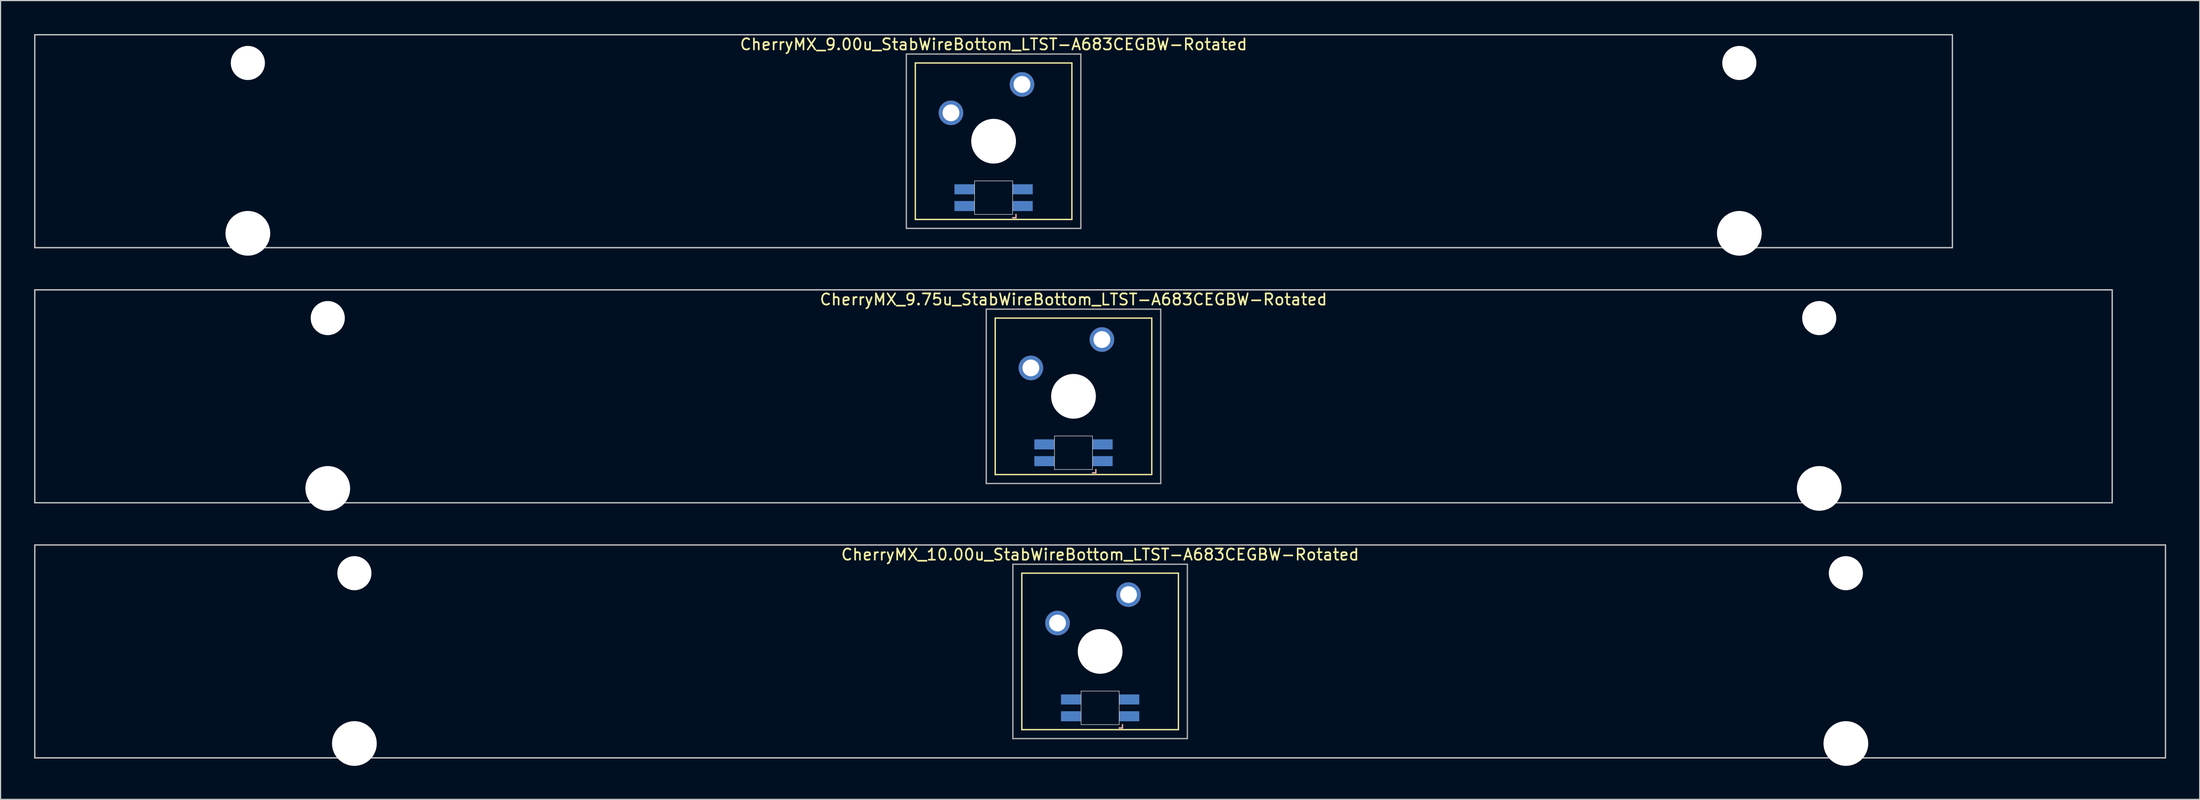
<source format=kicad_pcb>
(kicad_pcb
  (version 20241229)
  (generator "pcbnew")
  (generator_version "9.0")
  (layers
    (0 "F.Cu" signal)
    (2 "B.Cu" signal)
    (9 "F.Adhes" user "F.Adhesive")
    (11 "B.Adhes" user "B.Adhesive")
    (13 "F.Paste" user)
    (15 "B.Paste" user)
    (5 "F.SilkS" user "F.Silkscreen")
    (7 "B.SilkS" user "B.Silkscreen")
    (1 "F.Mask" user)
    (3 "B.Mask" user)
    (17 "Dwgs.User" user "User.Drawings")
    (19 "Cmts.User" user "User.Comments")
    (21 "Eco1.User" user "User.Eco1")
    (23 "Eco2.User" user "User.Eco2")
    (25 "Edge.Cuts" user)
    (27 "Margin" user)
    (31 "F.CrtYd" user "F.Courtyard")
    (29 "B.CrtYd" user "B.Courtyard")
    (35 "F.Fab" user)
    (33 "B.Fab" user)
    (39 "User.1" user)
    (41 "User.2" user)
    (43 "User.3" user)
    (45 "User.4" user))
  (footprint "CherryMX_10.00u_StabWireBottom_LTST-A683CEGBW-Rotated"
    (layer "F.Cu")
    (at 95.31 55.235)
    (property "Reference" "CherryMX_10.00u_StabWireBottom_LTST-A683CEGBW-Rotated" (at 0 -8.662 0) (layer "F.SilkS") (effects (font (size 1 1) (thickness 0.15))))
    (attr through_hole)
    (fp_line (start -7 -7) (end -7 7) (stroke (width 0.12) (type solid)) (layer "F.SilkS"))
    (fp_line (start -7 -7) (end 7 -7) (stroke (width 0.12) (type solid)) (layer "F.SilkS"))
    (fp_line (start 7 -7) (end 7 7) (stroke (width 0.12) (type solid)) (layer "F.SilkS"))
    (fp_line (start 7 7) (end -7 7) (stroke (width 0.12) (type solid)) (layer "F.SilkS"))
    (fp_line (start 1.7 6.85) (end 2 6.85) (stroke (width 0.12) (type solid)) (layer "B.SilkS"))
    (fp_line (start 2 6.85) (end 2 6.55) (stroke (width 0.12) (type solid)) (layer "B.SilkS"))
    (fp_line (start -95.25 -9.525) (end 95.25 -9.525) (stroke (width 0.12) (type solid)) (layer "Dwgs.User"))
    (fp_line (start -95.25 9.525) (end -95.25 -9.525) (stroke (width 0.12) (type solid)) (layer "Dwgs.User"))
    (fp_line (start 95.25 -9.525) (end 95.25 9.525) (stroke (width 0.12) (type solid)) (layer "Dwgs.User"))
    (fp_line (start 95.25 9.525) (end -95.25 9.525) (stroke (width 0.12) (type solid)) (layer "Dwgs.User"))
    (fp_line (start -1.7 3.55) (end 1.7 3.55) (stroke (width 0.05) (type solid)) (layer "Edge.Cuts"))
    (fp_line (start -1.7 6.55) (end -1.7 3.55) (stroke (width 0.05) (type solid)) (layer "Edge.Cuts"))
    (fp_line (start 1.7 3.55) (end 1.7 6.55) (stroke (width 0.05) (type solid)) (layer "Edge.Cuts"))
    (fp_line (start 1.7 6.55) (end -1.7 6.55) (stroke (width 0.05) (type solid)) (layer "Edge.Cuts"))
    (fp_line (start -7.8 -7.8) (end -7.8 7.8) (stroke (width 0.12) (type solid)) (layer "F.Fab"))
    (fp_line (start -7.8 -7.8) (end 7.8 -7.8) (stroke (width 0.12) (type solid)) (layer "F.Fab"))
    (fp_line (start -7.8 7.8) (end 7.8 7.8) (stroke (width 0.12) (type solid)) (layer "F.Fab"))
    (fp_line (start 7.8 -7.8) (end 7.8 7.8) (stroke (width 0.12) (type solid)) (layer "F.Fab"))
    (pad "" np_thru_hole circle (at -66.675 -7) (size 3.05 3.05) (drill 3.05) (layers "*.Cu" "*.Mask"))
    (pad "" np_thru_hole circle (at -66.675 8.24) (size 4 4) (drill 4) (layers "*.Cu" "*.Mask"))
    (pad "" np_thru_hole circle (at 0 0) (size 4 4) (drill 4) (layers "*.Cu" "*.Mask"))
    (pad "" np_thru_hole circle (at 66.675 -7) (size 3.05 3.05) (drill 3.05) (layers "*.Cu" "*.Mask"))
    (pad "" np_thru_hole circle (at 66.675 8.24) (size 4 4) (drill 4) (layers "*.Cu" "*.Mask"))
    (pad "1" thru_hole circle (at -3.81 -2.54) (size 2.2 2.2) (drill 1.5) (layers "*.Cu" "*.Mask"))
    (pad "2" thru_hole circle (at 2.54 -5.08) (size 2.2 2.2) (drill 1.5) (layers "*.Cu" "*.Mask"))
    (pad "3" smd rect (at 2.6 5.8) (size 1.8 0.9) (layers "B.Cu" "B.Mask" "B.Paste"))
    (pad "4" smd rect (at 2.6 4.3) (size 1.8 0.9) (layers "B.Cu" "B.Mask" "B.Paste"))
    (pad "5" smd rect (at -2.6 5.8) (size 1.8 0.9) (layers "B.Cu" "B.Mask" "B.Paste"))
    (pad "6" smd rect (at -2.6 4.3) (size 1.8 0.9) (layers "B.Cu" "B.Mask" "B.Paste")))
  (footprint "CherryMX_9.75u_StabWireBottom_LTST-A683CEGBW-Rotated"
    (layer "F.Cu")
    (at 92.929 32.41)
    (property "Reference" "CherryMX_9.75u_StabWireBottom_LTST-A683CEGBW-Rotated" (at 0 -8.662 0) (layer "F.SilkS") (effects (font (size 1 1) (thickness 0.15))))
    (attr through_hole)
    (fp_line (start -7 -7) (end -7 7) (stroke (width 0.12) (type solid)) (layer "F.SilkS"))
    (fp_line (start -7 -7) (end 7 -7) (stroke (width 0.12) (type solid)) (layer "F.SilkS"))
    (fp_line (start 7 -7) (end 7 7) (stroke (width 0.12) (type solid)) (layer "F.SilkS"))
    (fp_line (start 7 7) (end -7 7) (stroke (width 0.12) (type solid)) (layer "F.SilkS"))
    (fp_line (start 1.7 6.85) (end 2 6.85) (stroke (width 0.12) (type solid)) (layer "B.SilkS"))
    (fp_line (start 2 6.85) (end 2 6.55) (stroke (width 0.12) (type solid)) (layer "B.SilkS"))
    (fp_line (start -92.869 -9.525) (end 92.869 -9.525) (stroke (width 0.12) (type solid)) (layer "Dwgs.User"))
    (fp_line (start -92.869 9.525) (end -92.869 -9.525) (stroke (width 0.12) (type solid)) (layer "Dwgs.User"))
    (fp_line (start 92.869 -9.525) (end 92.869 9.525) (stroke (width 0.12) (type solid)) (layer "Dwgs.User"))
    (fp_line (start 92.869 9.525) (end -92.869 9.525) (stroke (width 0.12) (type solid)) (layer "Dwgs.User"))
    (fp_line (start -1.7 3.55) (end 1.7 3.55) (stroke (width 0.05) (type solid)) (layer "Edge.Cuts"))
    (fp_line (start -1.7 6.55) (end -1.7 3.55) (stroke (width 0.05) (type solid)) (layer "Edge.Cuts"))
    (fp_line (start 1.7 3.55) (end 1.7 6.55) (stroke (width 0.05) (type solid)) (layer "Edge.Cuts"))
    (fp_line (start 1.7 6.55) (end -1.7 6.55) (stroke (width 0.05) (type solid)) (layer "Edge.Cuts"))
    (fp_line (start -7.8 -7.8) (end -7.8 7.8) (stroke (width 0.12) (type solid)) (layer "F.Fab"))
    (fp_line (start -7.8 -7.8) (end 7.8 -7.8) (stroke (width 0.12) (type solid)) (layer "F.Fab"))
    (fp_line (start -7.8 7.8) (end 7.8 7.8) (stroke (width 0.12) (type solid)) (layer "F.Fab"))
    (fp_line (start 7.8 -7.8) (end 7.8 7.8) (stroke (width 0.12) (type solid)) (layer "F.Fab"))
    (pad "" np_thru_hole circle (at -66.675 -7) (size 3.05 3.05) (drill 3.05) (layers "*.Cu" "*.Mask"))
    (pad "" np_thru_hole circle (at -66.675 8.24) (size 4 4) (drill 4) (layers "*.Cu" "*.Mask"))
    (pad "" np_thru_hole circle (at 0 0) (size 4 4) (drill 4) (layers "*.Cu" "*.Mask"))
    (pad "" np_thru_hole circle (at 66.675 -7) (size 3.05 3.05) (drill 3.05) (layers "*.Cu" "*.Mask"))
    (pad "" np_thru_hole circle (at 66.675 8.24) (size 4 4) (drill 4) (layers "*.Cu" "*.Mask"))
    (pad "1" thru_hole circle (at -3.81 -2.54) (size 2.2 2.2) (drill 1.5) (layers "*.Cu" "*.Mask"))
    (pad "2" thru_hole circle (at 2.54 -5.08) (size 2.2 2.2) (drill 1.5) (layers "*.Cu" "*.Mask"))
    (pad "3" smd rect (at 2.6 5.8) (size 1.8 0.9) (layers "B.Cu" "B.Mask" "B.Paste"))
    (pad "4" smd rect (at 2.6 4.3) (size 1.8 0.9) (layers "B.Cu" "B.Mask" "B.Paste"))
    (pad "5" smd rect (at -2.6 5.8) (size 1.8 0.9) (layers "B.Cu" "B.Mask" "B.Paste"))
    (pad "6" smd rect (at -2.6 4.3) (size 1.8 0.9) (layers "B.Cu" "B.Mask" "B.Paste")))
  (footprint "CherryMX_9.00u_StabWireBottom_LTST-A683CEGBW-Rotated"
    (layer "F.Cu")
    (at 85.785 9.585)
    (property "Reference" "CherryMX_9.00u_StabWireBottom_LTST-A683CEGBW-Rotated" (at 0 -8.662 0) (layer "F.SilkS") (effects (font (size 1 1) (thickness 0.15))))
    (attr through_hole)
    (fp_line (start -7 -7) (end -7 7) (stroke (width 0.12) (type solid)) (layer "F.SilkS"))
    (fp_line (start -7 -7) (end 7 -7) (stroke (width 0.12) (type solid)) (layer "F.SilkS"))
    (fp_line (start 7 -7) (end 7 7) (stroke (width 0.12) (type solid)) (layer "F.SilkS"))
    (fp_line (start 7 7) (end -7 7) (stroke (width 0.12) (type solid)) (layer "F.SilkS"))
    (fp_line (start 1.7 6.85) (end 2 6.85) (stroke (width 0.12) (type solid)) (layer "B.SilkS"))
    (fp_line (start 2 6.85) (end 2 6.55) (stroke (width 0.12) (type solid)) (layer "B.SilkS"))
    (fp_line (start -85.725 -9.525) (end 85.725 -9.525) (stroke (width 0.12) (type solid)) (layer "Dwgs.User"))
    (fp_line (start -85.725 9.525) (end -85.725 -9.525) (stroke (width 0.12) (type solid)) (layer "Dwgs.User"))
    (fp_line (start 85.725 -9.525) (end 85.725 9.525) (stroke (width 0.12) (type solid)) (layer "Dwgs.User"))
    (fp_line (start 85.725 9.525) (end -85.725 9.525) (stroke (width 0.12) (type solid)) (layer "Dwgs.User"))
    (fp_line (start -1.7 3.55) (end 1.7 3.55) (stroke (width 0.05) (type solid)) (layer "Edge.Cuts"))
    (fp_line (start -1.7 6.55) (end -1.7 3.55) (stroke (width 0.05) (type solid)) (layer "Edge.Cuts"))
    (fp_line (start 1.7 3.55) (end 1.7 6.55) (stroke (width 0.05) (type solid)) (layer "Edge.Cuts"))
    (fp_line (start 1.7 6.55) (end -1.7 6.55) (stroke (width 0.05) (type solid)) (layer "Edge.Cuts"))
    (fp_line (start -7.8 -7.8) (end -7.8 7.8) (stroke (width 0.12) (type solid)) (layer "F.Fab"))
    (fp_line (start -7.8 -7.8) (end 7.8 -7.8) (stroke (width 0.12) (type solid)) (layer "F.Fab"))
    (fp_line (start -7.8 7.8) (end 7.8 7.8) (stroke (width 0.12) (type solid)) (layer "F.Fab"))
    (fp_line (start 7.8 -7.8) (end 7.8 7.8) (stroke (width 0.12) (type solid)) (layer "F.Fab"))
    (pad "" np_thru_hole circle (at -66.675 -7) (size 3.05 3.05) (drill 3.05) (layers "*.Cu" "*.Mask"))
    (pad "" np_thru_hole circle (at -66.675 8.24) (size 4 4) (drill 4) (layers "*.Cu" "*.Mask"))
    (pad "" np_thru_hole circle (at 0 0) (size 4 4) (drill 4) (layers "*.Cu" "*.Mask"))
    (pad "" np_thru_hole circle (at 66.675 -7) (size 3.05 3.05) (drill 3.05) (layers "*.Cu" "*.Mask"))
    (pad "" np_thru_hole circle (at 66.675 8.24) (size 4 4) (drill 4) (layers "*.Cu" "*.Mask"))
    (pad "1" thru_hole circle (at -3.81 -2.54) (size 2.2 2.2) (drill 1.5) (layers "*.Cu" "*.Mask"))
    (pad "2" thru_hole circle (at 2.54 -5.08) (size 2.2 2.2) (drill 1.5) (layers "*.Cu" "*.Mask"))
    (pad "3" smd rect (at 2.6 5.8) (size 1.8 0.9) (layers "B.Cu" "B.Mask" "B.Paste"))
    (pad "4" smd rect (at 2.6 4.3) (size 1.8 0.9) (layers "B.Cu" "B.Mask" "B.Paste"))
    (pad "5" smd rect (at -2.6 5.8) (size 1.8 0.9) (layers "B.Cu" "B.Mask" "B.Paste"))
    (pad "6" smd rect (at -2.6 4.3) (size 1.8 0.9) (layers "B.Cu" "B.Mask" "B.Paste")))
  (gr_rect
    (start -3 -3)
    (end 193.62 68.475)
    (stroke (width 0.1) (type default))
    (fill no)
    (layer "Edge.Cuts")))
</source>
